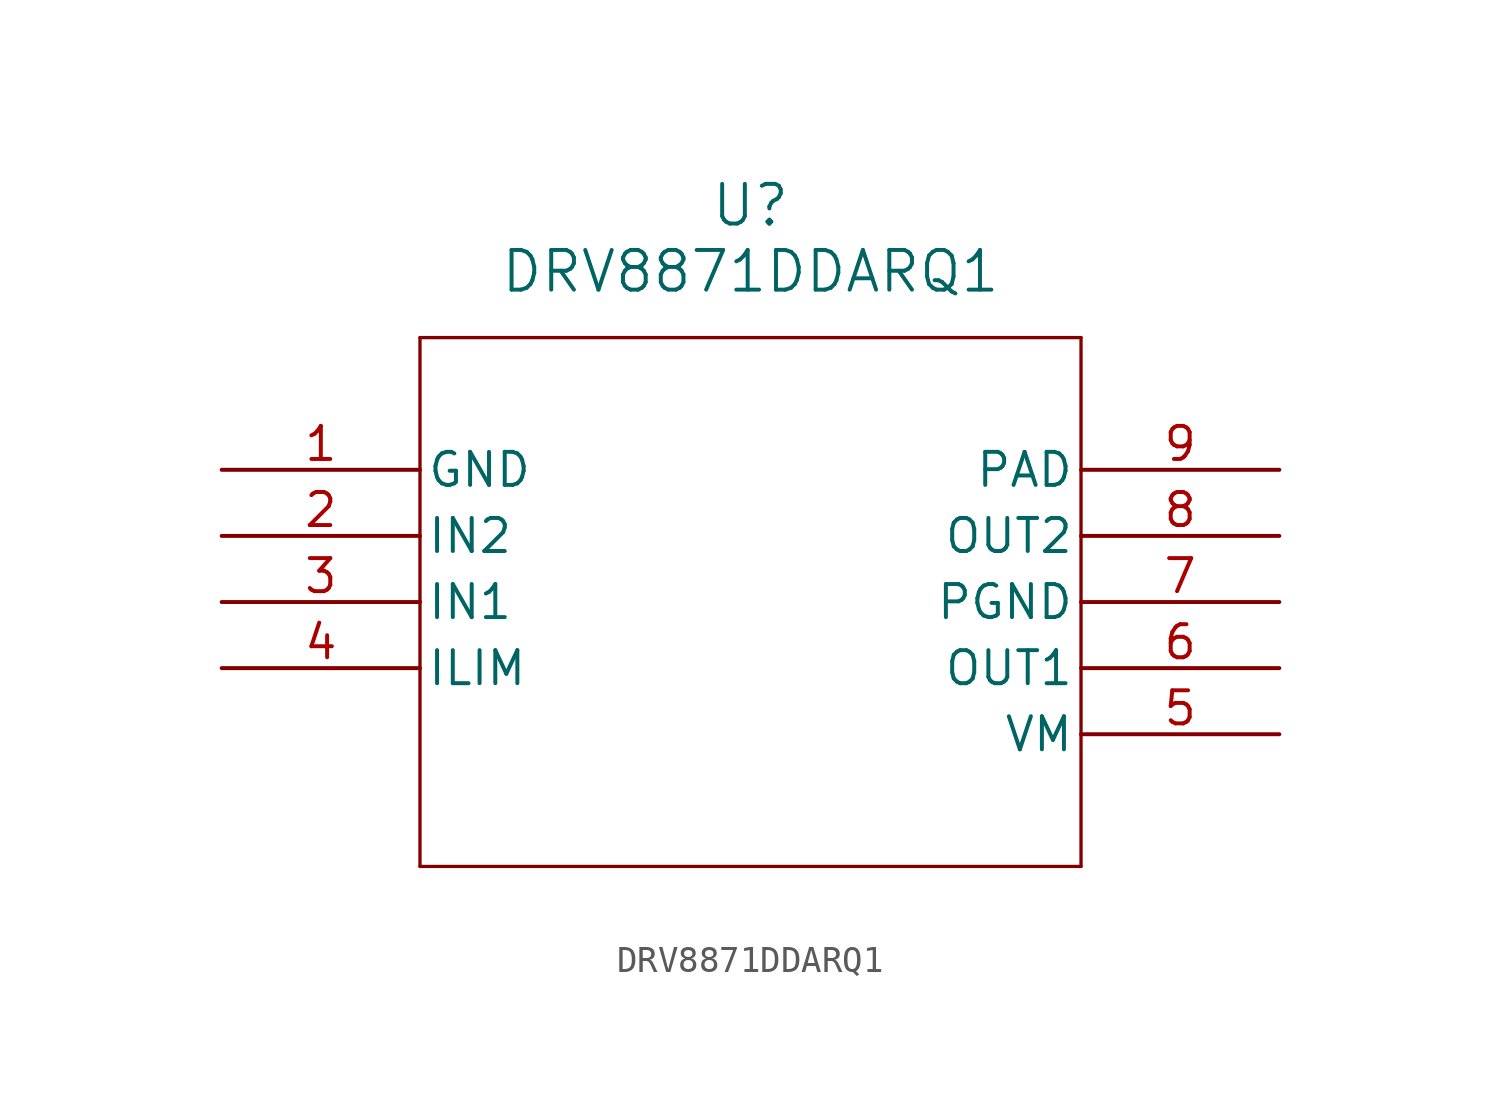
<source format=kicad_sym>
(kicad_symbol_lib
  (version 20211014)
  (generator kicad_symbol_editor)
  (symbol "DRV8871DDARQ1"
    (pin_names
      (offset 0.254))
    (property "Reference" "U"
      (at 20.32 10.16 0)
      (effects (font (size 1.524 1.524))))
    (property "Value" "DRV8871DDARQ1"
      (at 20.32 7.62 0)
      (effects (font (size 1.524 1.524))))
    (symbol "DRV8871DDARQ1_0_1"
      (polyline (pts (xy 7.62 5.08) (xy 7.62 -15.24)) (stroke (width 0.127) (type default) (color 0 0 0 0)) (fill (type none)))
      (polyline (pts (xy 7.62 -15.24) (xy 33.02 -15.24)) (stroke (width 0.127) (type default) (color 0 0 0 0)) (fill (type none)))
      (polyline (pts (xy 33.02 -15.24) (xy 33.02 5.08)) (stroke (width 0.127) (type default) (color 0 0 0 0)) (fill (type none)))
      (polyline (pts (xy 33.02 5.08) (xy 7.62 5.08)) (stroke (width 0.127) (type default) (color 0 0 0 0)) (fill (type none)))
      (pin power_in line (at 0 0 0) (length 7.62) (name "GND" (effects (font (size 1.27 1.27)))) (number "1" (effects (font (size 1.27 1.27)))))
      (pin input line (at 0 -2.54 0) (length 7.62) (name "IN2" (effects (font (size 1.27 1.27)))) (number "2" (effects (font (size 1.27 1.27)))))
      (pin input line (at 0 -5.08 0) (length 7.62) (name "IN1" (effects (font (size 1.27 1.27)))) (number "3" (effects (font (size 1.27 1.27)))))
      (pin input line (at 0 -7.62 0) (length 7.62) (name "ILIM" (effects (font (size 1.27 1.27)))) (number "4" (effects (font (size 1.27 1.27)))))
      (pin power_in line (at 40.64 -10.16 180) (length 7.62) (name "VM" (effects (font (size 1.27 1.27)))) (number "5" (effects (font (size 1.27 1.27)))))
      (pin output line (at 40.64 -7.62 180) (length 7.62) (name "OUT1" (effects (font (size 1.27 1.27)))) (number "6" (effects (font (size 1.27 1.27)))))
      (pin power_in line (at 40.64 -5.08 180) (length 7.62) (name "PGND" (effects (font (size 1.27 1.27)))) (number "7" (effects (font (size 1.27 1.27)))))
      (pin output line (at 40.64 -2.54 180) (length 7.62) (name "OUT2" (effects (font (size 1.27 1.27)))) (number "8" (effects (font (size 1.27 1.27)))))
      (pin power_in line (at 40.64 0 180) (length 7.62) (name "PAD" (effects (font (size 1.27 1.27)))) (number "9" (effects (font (size 1.27 1.27))))))))
</source>
